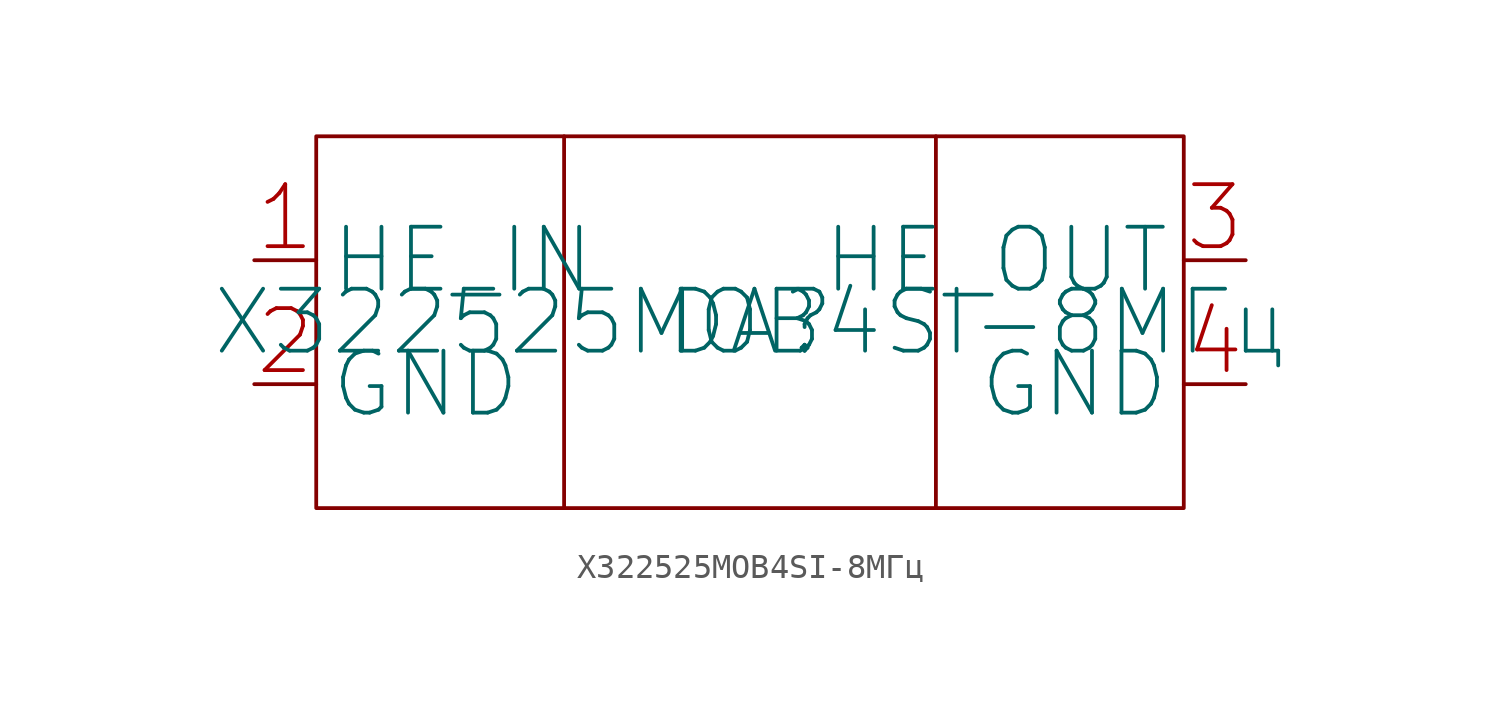
<source format=kicad_sym>
(kicad_symbol_lib
  (version 20220914)
  (generator kicad_symbol_editor)
  (symbol "X322525MOB4SI-8МГц"
    (property "Reference" "DA"
      (at 0 0 0)
      (effects (font (size 2.5 2.5))))
    (property "Value" "X322525MOB4SI-8МГц"
      (at 0 0 0)
      (effects (font (size 2.5 2.5))))
    (symbol "X322525MOB4SI-8МГц_0_1"
      (rectangle (start -17.5 7.5) (end 17.5 -7.5) (stroke (width 0) (type default)) (fill (type none)))
      (polyline (pts (xy -7.5 7.5) (xy -7.5 -7.5)) (stroke (width 0) (type default)) (fill (type none)))
      (polyline (pts (xy 7.5 7.5) (xy 7.5 -7.5)) (stroke (width 0) (type default)) (fill (type none))))
    (symbol "X322525MOB4SI-8МГц_1_1"
      (pin input line (at -20 2.5 0) (length 2.5) (name "HE_IN" (effects (font (size 2.5 2.5)))) (number "1" (effects (font (size 2.5 2.5)))))
      (pin input line (at -20 -2.5 0) (length 2.5) (name "GND" (effects (font (size 2.5 2.5)))) (number "2" (effects (font (size 2.5 2.5)))))
      (pin input line (at 20 2.5 180) (length 2.5) (name "HE_OUT" (effects (font (size 2.5 2.5)))) (number "3" (effects (font (size 2.5 2.5)))))
      (pin input line (at 20 -2.5 180) (length 2.5) (name "GND" (effects (font (size 2.5 2.5)))) (number "4" (effects (font (size 2.5 2.5))))))))
</source>
